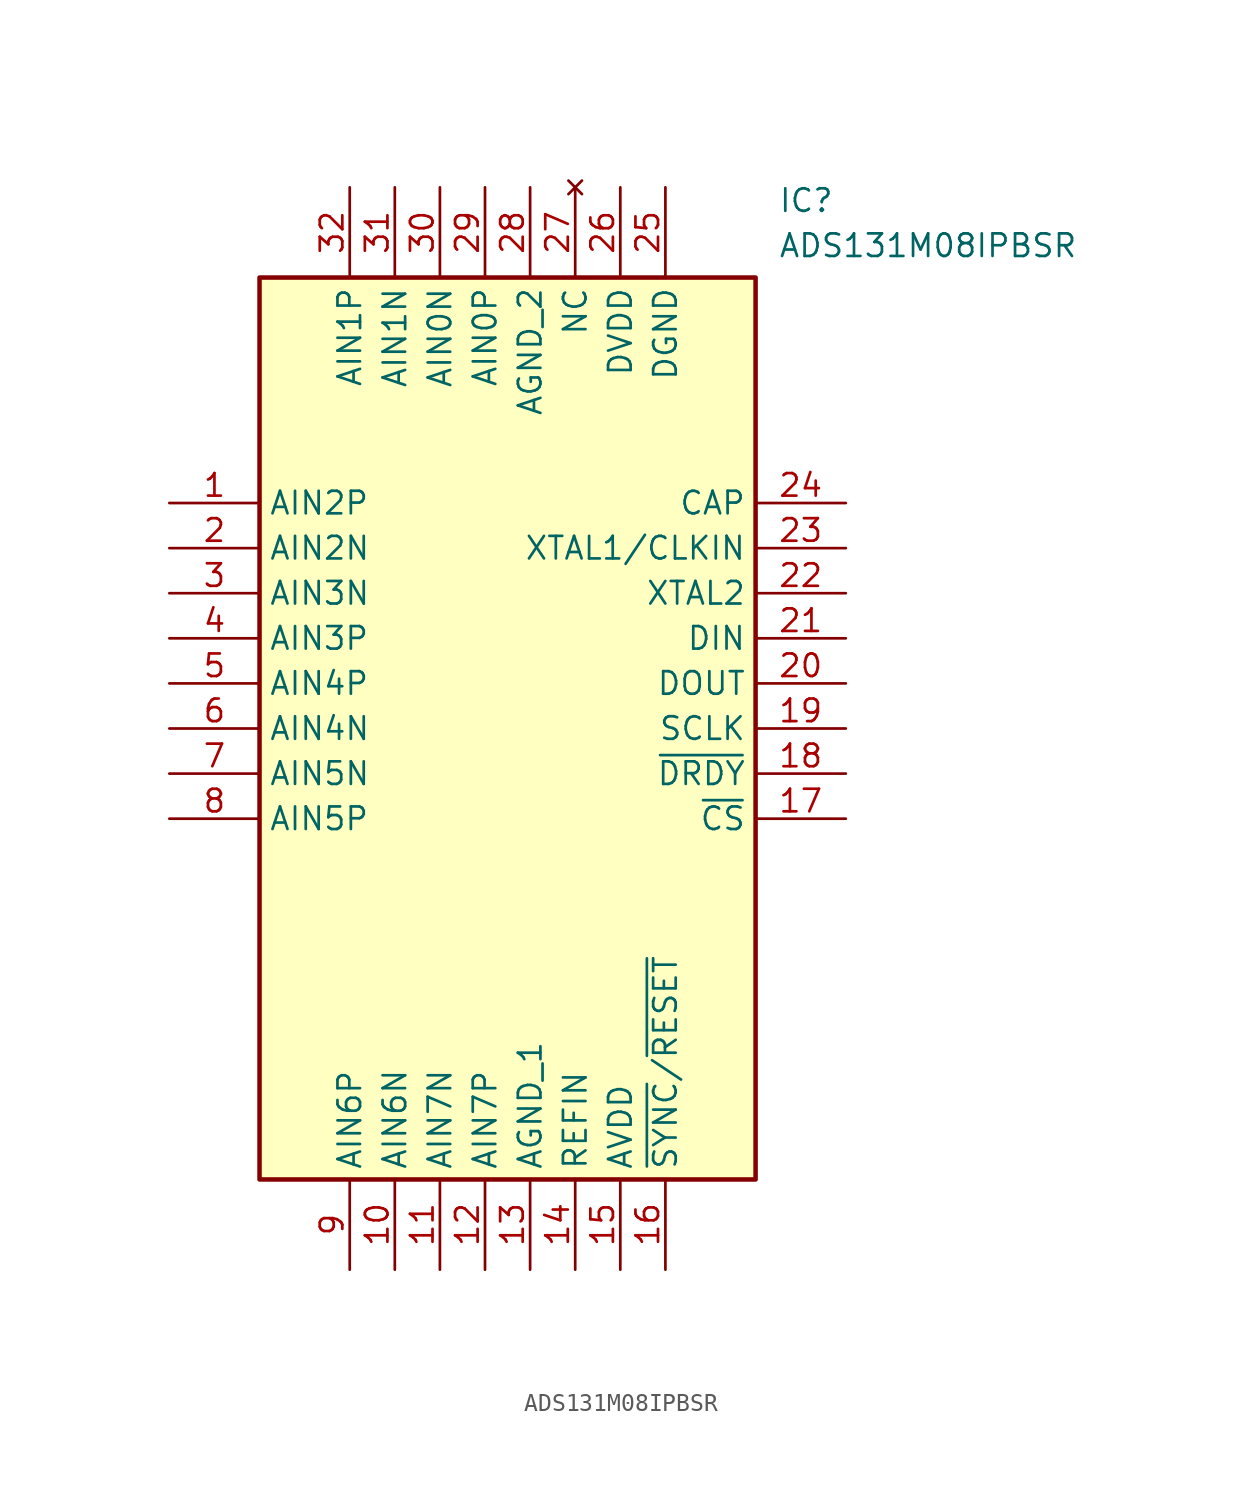
<source format=kicad_sym>
(kicad_symbol_lib
  (version 20211014)
  (generator SamacSys_ECAD_Model)
  (symbol "ADS131M08IPBSR"
    (property "Reference" "IC"
      (at 34.29 17.78 0)
      (effects (font (size 1.27 1.27)) (justify left top)))
    (property "Value" "ADS131M08IPBSR"
      (at 34.29 15.24 0)
      (effects (font (size 1.27 1.27)) (justify left top)))
    (rectangle
      (start 5.08 12.7)
      (end 33.02 -38.1)
      (stroke (width 0.254) (type default))
      (fill (type background)))
    (pin input line
      (at 0 0 0)
      (length 5.08)
      (name "AIN2P" (effects (font (size 1.27 1.27))))
      (number "1" (effects (font (size 1.27 1.27)))))
    (pin input line
      (at 0 -2.54 0)
      (length 5.08)
      (name "AIN2N" (effects (font (size 1.27 1.27))))
      (number "2" (effects (font (size 1.27 1.27)))))
    (pin input line
      (at 0 -5.08 0)
      (length 5.08)
      (name "AIN3N" (effects (font (size 1.27 1.27))))
      (number "3" (effects (font (size 1.27 1.27)))))
    (pin input line
      (at 0 -7.62 0)
      (length 5.08)
      (name "AIN3P" (effects (font (size 1.27 1.27))))
      (number "4" (effects (font (size 1.27 1.27)))))
    (pin input line
      (at 0 -10.16 0)
      (length 5.08)
      (name "AIN4P" (effects (font (size 1.27 1.27))))
      (number "5" (effects (font (size 1.27 1.27)))))
    (pin input line
      (at 0 -12.7 0)
      (length 5.08)
      (name "AIN4N" (effects (font (size 1.27 1.27))))
      (number "6" (effects (font (size 1.27 1.27)))))
    (pin input line
      (at 0 -15.24 0)
      (length 5.08)
      (name "AIN5N" (effects (font (size 1.27 1.27))))
      (number "7" (effects (font (size 1.27 1.27)))))
    (pin input line
      (at 0 -17.78 0)
      (length 5.08)
      (name "AIN5P" (effects (font (size 1.27 1.27))))
      (number "8" (effects (font (size 1.27 1.27)))))
    (pin input line
      (at 10.16 -43.18 90)
      (length 5.08)
      (name "AIN6P" (effects (font (size 1.27 1.27))))
      (number "9" (effects (font (size 1.27 1.27)))))
    (pin input line
      (at 12.7 -43.18 90)
      (length 5.08)
      (name "AIN6N" (effects (font (size 1.27 1.27))))
      (number "10" (effects (font (size 1.27 1.27)))))
    (pin input line
      (at 15.24 -43.18 90)
      (length 5.08)
      (name "AIN7N" (effects (font (size 1.27 1.27))))
      (number "11" (effects (font (size 1.27 1.27)))))
    (pin input line
      (at 17.78 -43.18 90)
      (length 5.08)
      (name "AIN7P" (effects (font (size 1.27 1.27))))
      (number "12" (effects (font (size 1.27 1.27)))))
    (pin power_in line
      (at 20.32 -43.18 90)
      (length 5.08)
      (name "AGND_1" (effects (font (size 1.27 1.27))))
      (number "13" (effects (font (size 1.27 1.27)))))
    (pin passive line
      (at 22.86 -43.18 90)
      (length 5.08)
      (name "REFIN" (effects (font (size 1.27 1.27))))
      (number "14" (effects (font (size 1.27 1.27)))))
    (pin power_in line
      (at 25.4 -43.18 90)
      (length 5.08)
      (name "AVDD" (effects (font (size 1.27 1.27))))
      (number "15" (effects (font (size 1.27 1.27)))))
    (pin input line
      (at 27.94 -43.18 90)
      (length 5.08)
      (name "~{SYNC}/~{RESET}" (effects (font (size 1.27 1.27))))
      (number "16" (effects (font (size 1.27 1.27)))))
    (pin output line
      (at 38.1 0 180)
      (length 5.08)
      (name "CAP" (effects (font (size 1.27 1.27))))
      (number "24" (effects (font (size 1.27 1.27)))))
    (pin input line
      (at 38.1 -2.54 180)
      (length 5.08)
      (name "XTAL1/CLKIN" (effects (font (size 1.27 1.27))))
      (number "23" (effects (font (size 1.27 1.27)))))
    (pin output line
      (at 38.1 -5.08 180)
      (length 5.08)
      (name "XTAL2" (effects (font (size 1.27 1.27))))
      (number "22" (effects (font (size 1.27 1.27)))))
    (pin input line
      (at 38.1 -7.62 180)
      (length 5.08)
      (name "DIN" (effects (font (size 1.27 1.27))))
      (number "21" (effects (font (size 1.27 1.27)))))
    (pin output line
      (at 38.1 -10.16 180)
      (length 5.08)
      (name "DOUT" (effects (font (size 1.27 1.27))))
      (number "20" (effects (font (size 1.27 1.27)))))
    (pin input line
      (at 38.1 -12.7 180)
      (length 5.08)
      (name "SCLK" (effects (font (size 1.27 1.27))))
      (number "19" (effects (font (size 1.27 1.27)))))
    (pin output line
      (at 38.1 -15.24 180)
      (length 5.08)
      (name "~{DRDY}" (effects (font (size 1.27 1.27))))
      (number "18" (effects (font (size 1.27 1.27)))))
    (pin input line
      (at 38.1 -17.78 180)
      (length 5.08)
      (name "~{CS}" (effects (font (size 1.27 1.27))))
      (number "17" (effects (font (size 1.27 1.27)))))
    (pin input line
      (at 10.16 17.78 270)
      (length 5.08)
      (name "AIN1P" (effects (font (size 1.27 1.27))))
      (number "32" (effects (font (size 1.27 1.27)))))
    (pin input line
      (at 12.7 17.78 270)
      (length 5.08)
      (name "AIN1N" (effects (font (size 1.27 1.27))))
      (number "31" (effects (font (size 1.27 1.27)))))
    (pin input line
      (at 15.24 17.78 270)
      (length 5.08)
      (name "AIN0N" (effects (font (size 1.27 1.27))))
      (number "30" (effects (font (size 1.27 1.27)))))
    (pin input line
      (at 17.78 17.78 270)
      (length 5.08)
      (name "AIN0P" (effects (font (size 1.27 1.27))))
      (number "29" (effects (font (size 1.27 1.27)))))
    (pin power_in line
      (at 20.32 17.78 270)
      (length 5.08)
      (name "AGND_2" (effects (font (size 1.27 1.27))))
      (number "28" (effects (font (size 1.27 1.27)))))
    (pin no_connect line
      (at 22.86 17.78 270)
      (length 5.08)
      (name "NC" (effects (font (size 1.27 1.27))))
      (number "27" (effects (font (size 1.27 1.27)))))
    (pin power_in line
      (at 25.4 17.78 270)
      (length 5.08)
      (name "DVDD" (effects (font (size 1.27 1.27))))
      (number "26" (effects (font (size 1.27 1.27)))))
    (pin power_in line
      (at 27.94 17.78 270)
      (length 5.08)
      (name "DGND" (effects (font (size 1.27 1.27))))
      (number "25" (effects (font (size 1.27 1.27)))))))
</source>
